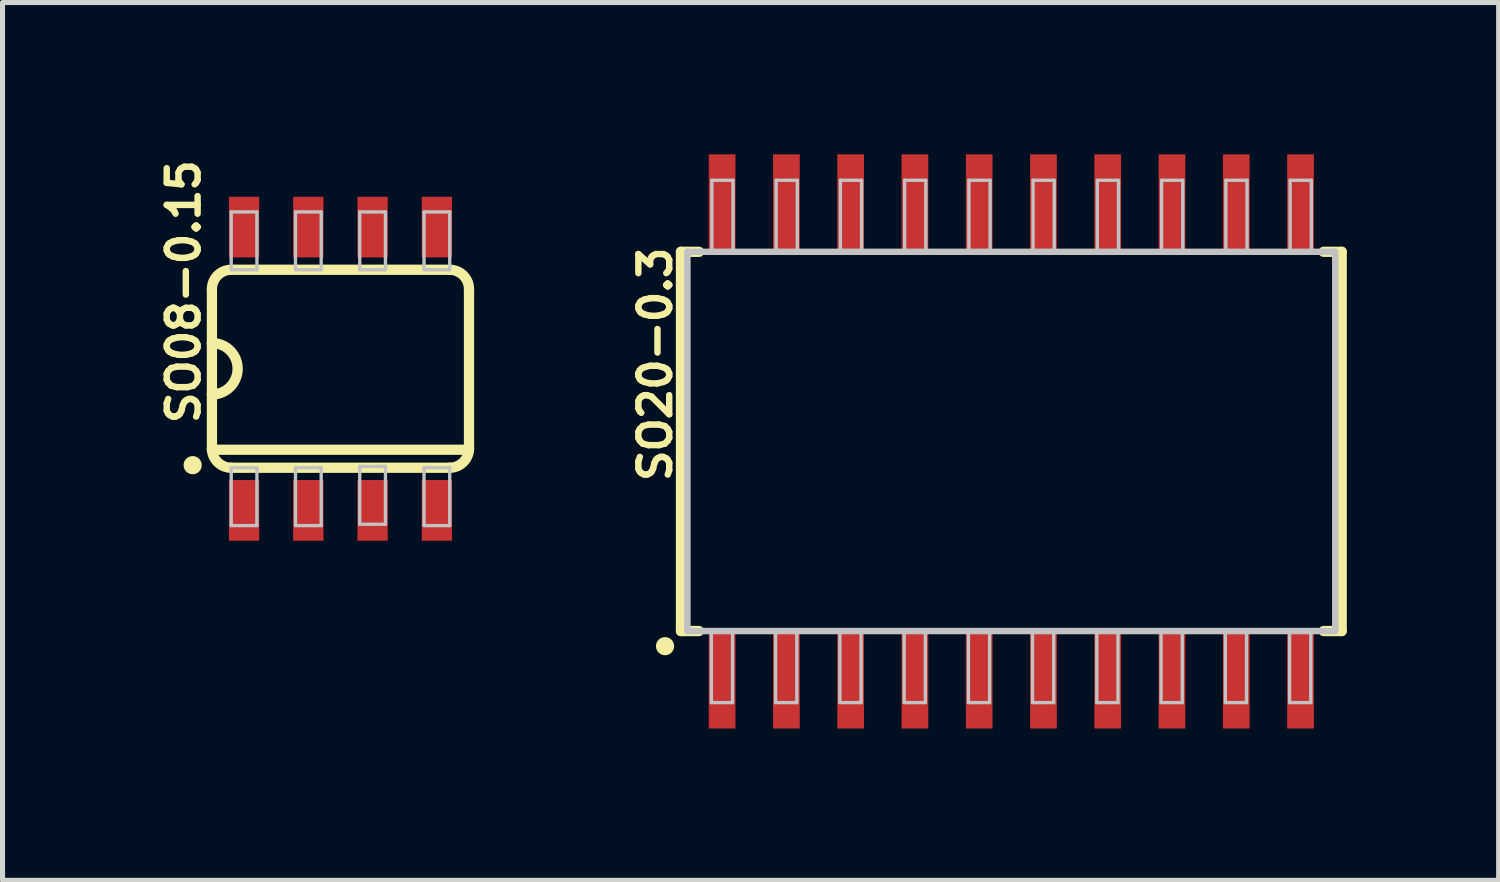
<source format=kicad_pcb>
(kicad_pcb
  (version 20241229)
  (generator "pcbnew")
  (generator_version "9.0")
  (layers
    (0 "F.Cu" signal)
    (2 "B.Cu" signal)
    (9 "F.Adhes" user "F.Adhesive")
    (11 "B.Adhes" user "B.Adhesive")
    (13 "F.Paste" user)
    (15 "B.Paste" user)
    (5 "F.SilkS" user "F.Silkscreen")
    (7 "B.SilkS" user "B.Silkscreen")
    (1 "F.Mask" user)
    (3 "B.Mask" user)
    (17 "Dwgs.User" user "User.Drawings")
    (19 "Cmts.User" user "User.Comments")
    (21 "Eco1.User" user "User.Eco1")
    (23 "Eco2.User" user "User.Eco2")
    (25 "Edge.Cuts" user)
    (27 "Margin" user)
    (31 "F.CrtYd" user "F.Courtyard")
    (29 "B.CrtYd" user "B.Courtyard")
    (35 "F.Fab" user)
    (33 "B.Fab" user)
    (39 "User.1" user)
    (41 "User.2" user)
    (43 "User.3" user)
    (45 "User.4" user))
  (footprint "SO20-0.3"
    (layer "F.Cu")
    (at 16.935 5.673)
    (property "Reference" "SO20-0.3" (at -7.036 -1.524 90) (layer "F.SilkS") (effects (font (size 0.61 0.61) (thickness 0.127))))
    (attr smd)
    (fp_line (start -6.528 -3.747) (end -6.528 3.747) (stroke (width 0.203) (type solid)) (layer "F.SilkS"))
    (fp_line (start -6.528 -3.747) (end -6.172 -3.747) (stroke (width 0.203) (type solid)) (layer "F.SilkS"))
    (fp_line (start -6.528 3.747) (end -6.172 3.747) (stroke (width 0.203) (type solid)) (layer "F.SilkS"))
    (fp_line (start 6.528 -3.747) (end 6.172 -3.747) (stroke (width 0.203) (type solid)) (layer "F.SilkS"))
    (fp_line (start 6.528 3.747) (end 6.172 3.747) (stroke (width 0.203) (type solid)) (layer "F.SilkS"))
    (fp_line (start 6.528 3.747) (end 6.528 -3.747) (stroke (width 0.203) (type solid)) (layer "F.SilkS"))
    (fp_circle (center -6.843 4.046) (end -6.97 4.173) (stroke (width 0) (type solid)) (fill yes) (layer "F.SilkS"))
    (fp_line (start -6.401 -3.747) (end -6.401 3.747) (stroke (width 0.127) (type solid)) (layer "Dwgs.User"))
    (fp_line (start -6.401 3.747) (end 6.401 3.747) (stroke (width 0.127) (type solid)) (layer "Dwgs.User"))
    (fp_line (start -5.928 3.747) (end -5.509 3.747) (stroke (width 0.066) (type solid)) (layer "Dwgs.User"))
    (fp_line (start -5.928 5.161) (end -5.928 3.747) (stroke (width 0.066) (type solid)) (layer "Dwgs.User"))
    (fp_line (start -5.928 5.161) (end -5.509 5.161) (stroke (width 0.066) (type solid)) (layer "Dwgs.User"))
    (fp_line (start -5.918 -5.161) (end -5.499 -5.161) (stroke (width 0.066) (type solid)) (layer "Dwgs.User"))
    (fp_line (start -5.918 -3.747) (end -5.918 -5.161) (stroke (width 0.066) (type solid)) (layer "Dwgs.User"))
    (fp_line (start -5.918 -3.747) (end -5.499 -3.747) (stroke (width 0.066) (type solid)) (layer "Dwgs.User"))
    (fp_line (start -5.509 5.161) (end -5.509 3.747) (stroke (width 0.066) (type solid)) (layer "Dwgs.User"))
    (fp_line (start -5.499 -3.747) (end -5.499 -5.161) (stroke (width 0.066) (type solid)) (layer "Dwgs.User"))
    (fp_line (start -4.658 3.747) (end -4.239 3.747) (stroke (width 0.066) (type solid)) (layer "Dwgs.User"))
    (fp_line (start -4.658 5.161) (end -4.658 3.747) (stroke (width 0.066) (type solid)) (layer "Dwgs.User"))
    (fp_line (start -4.658 5.161) (end -4.239 5.161) (stroke (width 0.066) (type solid)) (layer "Dwgs.User"))
    (fp_line (start -4.648 -5.161) (end -4.229 -5.161) (stroke (width 0.066) (type solid)) (layer "Dwgs.User"))
    (fp_line (start -4.648 -3.747) (end -4.648 -5.161) (stroke (width 0.066) (type solid)) (layer "Dwgs.User"))
    (fp_line (start -4.648 -3.747) (end -4.229 -3.747) (stroke (width 0.066) (type solid)) (layer "Dwgs.User"))
    (fp_line (start -4.239 5.161) (end -4.239 3.747) (stroke (width 0.066) (type solid)) (layer "Dwgs.User"))
    (fp_line (start -4.229 -3.747) (end -4.229 -5.161) (stroke (width 0.066) (type solid)) (layer "Dwgs.User"))
    (fp_line (start -3.388 3.747) (end -2.969 3.747) (stroke (width 0.066) (type solid)) (layer "Dwgs.User"))
    (fp_line (start -3.388 5.161) (end -3.388 3.747) (stroke (width 0.066) (type solid)) (layer "Dwgs.User"))
    (fp_line (start -3.388 5.161) (end -2.969 5.161) (stroke (width 0.066) (type solid)) (layer "Dwgs.User"))
    (fp_line (start -3.378 -5.161) (end -2.959 -5.161) (stroke (width 0.066) (type solid)) (layer "Dwgs.User"))
    (fp_line (start -3.378 -3.747) (end -3.378 -5.161) (stroke (width 0.066) (type solid)) (layer "Dwgs.User"))
    (fp_line (start -3.378 -3.747) (end -2.959 -3.747) (stroke (width 0.066) (type solid)) (layer "Dwgs.User"))
    (fp_line (start -2.969 5.161) (end -2.969 3.747) (stroke (width 0.066) (type solid)) (layer "Dwgs.User"))
    (fp_line (start -2.959 -3.747) (end -2.959 -5.161) (stroke (width 0.066) (type solid)) (layer "Dwgs.User"))
    (fp_line (start -2.118 3.747) (end -1.699 3.747) (stroke (width 0.066) (type solid)) (layer "Dwgs.User"))
    (fp_line (start -2.118 5.161) (end -2.118 3.747) (stroke (width 0.066) (type solid)) (layer "Dwgs.User"))
    (fp_line (start -2.118 5.161) (end -1.699 5.161) (stroke (width 0.066) (type solid)) (layer "Dwgs.User"))
    (fp_line (start -2.108 -5.161) (end -1.689 -5.161) (stroke (width 0.066) (type solid)) (layer "Dwgs.User"))
    (fp_line (start -2.108 -3.747) (end -2.108 -5.161) (stroke (width 0.066) (type solid)) (layer "Dwgs.User"))
    (fp_line (start -2.108 -3.747) (end -1.689 -3.747) (stroke (width 0.066) (type solid)) (layer "Dwgs.User"))
    (fp_line (start -1.699 5.161) (end -1.699 3.747) (stroke (width 0.066) (type solid)) (layer "Dwgs.User"))
    (fp_line (start -1.689 -3.747) (end -1.689 -5.161) (stroke (width 0.066) (type solid)) (layer "Dwgs.User"))
    (fp_line (start -0.848 3.747) (end -0.429 3.747) (stroke (width 0.066) (type solid)) (layer "Dwgs.User"))
    (fp_line (start -0.848 5.161) (end -0.848 3.747) (stroke (width 0.066) (type solid)) (layer "Dwgs.User"))
    (fp_line (start -0.848 5.161) (end -0.429 5.161) (stroke (width 0.066) (type solid)) (layer "Dwgs.User"))
    (fp_line (start -0.838 -5.161) (end -0.419 -5.161) (stroke (width 0.066) (type solid)) (layer "Dwgs.User"))
    (fp_line (start -0.838 -3.747) (end -0.838 -5.161) (stroke (width 0.066) (type solid)) (layer "Dwgs.User"))
    (fp_line (start -0.838 -3.747) (end -0.419 -3.747) (stroke (width 0.066) (type solid)) (layer "Dwgs.User"))
    (fp_line (start -0.429 5.161) (end -0.429 3.747) (stroke (width 0.066) (type solid)) (layer "Dwgs.User"))
    (fp_line (start -0.419 -3.747) (end -0.419 -5.161) (stroke (width 0.066) (type solid)) (layer "Dwgs.User"))
    (fp_line (start 0.419 3.747) (end 0.838 3.747) (stroke (width 0.066) (type solid)) (layer "Dwgs.User"))
    (fp_line (start 0.419 5.161) (end 0.419 3.747) (stroke (width 0.066) (type solid)) (layer "Dwgs.User"))
    (fp_line (start 0.419 5.161) (end 0.838 5.161) (stroke (width 0.066) (type solid)) (layer "Dwgs.User"))
    (fp_line (start 0.429 -5.161) (end 0.848 -5.161) (stroke (width 0.066) (type solid)) (layer "Dwgs.User"))
    (fp_line (start 0.429 -3.747) (end 0.429 -5.161) (stroke (width 0.066) (type solid)) (layer "Dwgs.User"))
    (fp_line (start 0.429 -3.747) (end 0.848 -3.747) (stroke (width 0.066) (type solid)) (layer "Dwgs.User"))
    (fp_line (start 0.838 5.161) (end 0.838 3.747) (stroke (width 0.066) (type solid)) (layer "Dwgs.User"))
    (fp_line (start 0.848 -3.747) (end 0.848 -5.161) (stroke (width 0.066) (type solid)) (layer "Dwgs.User"))
    (fp_line (start 1.689 3.747) (end 2.108 3.747) (stroke (width 0.066) (type solid)) (layer "Dwgs.User"))
    (fp_line (start 1.689 5.161) (end 1.689 3.747) (stroke (width 0.066) (type solid)) (layer "Dwgs.User"))
    (fp_line (start 1.689 5.161) (end 2.108 5.161) (stroke (width 0.066) (type solid)) (layer "Dwgs.User"))
    (fp_line (start 1.699 -5.161) (end 2.118 -5.161) (stroke (width 0.066) (type solid)) (layer "Dwgs.User"))
    (fp_line (start 1.699 -3.747) (end 1.699 -5.161) (stroke (width 0.066) (type solid)) (layer "Dwgs.User"))
    (fp_line (start 1.699 -3.747) (end 2.118 -3.747) (stroke (width 0.066) (type solid)) (layer "Dwgs.User"))
    (fp_line (start 2.108 5.161) (end 2.108 3.747) (stroke (width 0.066) (type solid)) (layer "Dwgs.User"))
    (fp_line (start 2.118 -3.747) (end 2.118 -5.161) (stroke (width 0.066) (type solid)) (layer "Dwgs.User"))
    (fp_line (start 2.959 3.747) (end 3.378 3.747) (stroke (width 0.066) (type solid)) (layer "Dwgs.User"))
    (fp_line (start 2.959 5.161) (end 2.959 3.747) (stroke (width 0.066) (type solid)) (layer "Dwgs.User"))
    (fp_line (start 2.959 5.161) (end 3.378 5.161) (stroke (width 0.066) (type solid)) (layer "Dwgs.User"))
    (fp_line (start 2.969 -5.161) (end 3.388 -5.161) (stroke (width 0.066) (type solid)) (layer "Dwgs.User"))
    (fp_line (start 2.969 -3.747) (end 2.969 -5.161) (stroke (width 0.066) (type solid)) (layer "Dwgs.User"))
    (fp_line (start 2.969 -3.747) (end 3.388 -3.747) (stroke (width 0.066) (type solid)) (layer "Dwgs.User"))
    (fp_line (start 3.378 5.161) (end 3.378 3.747) (stroke (width 0.066) (type solid)) (layer "Dwgs.User"))
    (fp_line (start 3.388 -3.747) (end 3.388 -5.161) (stroke (width 0.066) (type solid)) (layer "Dwgs.User"))
    (fp_line (start 4.229 3.747) (end 4.648 3.747) (stroke (width 0.066) (type solid)) (layer "Dwgs.User"))
    (fp_line (start 4.229 5.161) (end 4.229 3.747) (stroke (width 0.066) (type solid)) (layer "Dwgs.User"))
    (fp_line (start 4.229 5.161) (end 4.648 5.161) (stroke (width 0.066) (type solid)) (layer "Dwgs.User"))
    (fp_line (start 4.239 -5.161) (end 4.658 -5.161) (stroke (width 0.066) (type solid)) (layer "Dwgs.User"))
    (fp_line (start 4.239 -3.747) (end 4.239 -5.161) (stroke (width 0.066) (type solid)) (layer "Dwgs.User"))
    (fp_line (start 4.239 -3.747) (end 4.658 -3.747) (stroke (width 0.066) (type solid)) (layer "Dwgs.User"))
    (fp_line (start 4.648 5.161) (end 4.648 3.747) (stroke (width 0.066) (type solid)) (layer "Dwgs.User"))
    (fp_line (start 4.658 -3.747) (end 4.658 -5.161) (stroke (width 0.066) (type solid)) (layer "Dwgs.User"))
    (fp_line (start 5.499 3.747) (end 5.918 3.747) (stroke (width 0.066) (type solid)) (layer "Dwgs.User"))
    (fp_line (start 5.499 5.161) (end 5.499 3.747) (stroke (width 0.066) (type solid)) (layer "Dwgs.User"))
    (fp_line (start 5.499 5.161) (end 5.918 5.161) (stroke (width 0.066) (type solid)) (layer "Dwgs.User"))
    (fp_line (start 5.509 -5.161) (end 5.928 -5.161) (stroke (width 0.066) (type solid)) (layer "Dwgs.User"))
    (fp_line (start 5.509 -3.747) (end 5.509 -5.161) (stroke (width 0.066) (type solid)) (layer "Dwgs.User"))
    (fp_line (start 5.509 -3.747) (end 5.928 -3.747) (stroke (width 0.066) (type solid)) (layer "Dwgs.User"))
    (fp_line (start 5.918 5.161) (end 5.918 3.747) (stroke (width 0.066) (type solid)) (layer "Dwgs.User"))
    (fp_line (start 5.928 -3.747) (end 5.928 -5.161) (stroke (width 0.066) (type solid)) (layer "Dwgs.User"))
    (fp_line (start 6.401 -3.747) (end -6.401 -3.747) (stroke (width 0.127) (type solid)) (layer "Dwgs.User"))
    (fp_line (start 6.401 3.747) (end 6.401 -3.747) (stroke (width 0.127) (type solid)) (layer "Dwgs.User"))
    (pad "1" smd rect (at -5.715 4.684 180) (size 0.528 1.979) (layers "F.Cu" "F.Mask" "F.Paste"))
    (pad "2" smd rect (at -4.445 4.684 180) (size 0.528 1.979) (layers "F.Cu" "F.Mask" "F.Paste"))
    (pad "3" smd rect (at -3.175 4.684 180) (size 0.528 1.979) (layers "F.Cu" "F.Mask" "F.Paste"))
    (pad "4" smd rect (at -1.905 4.684 180) (size 0.528 1.979) (layers "F.Cu" "F.Mask" "F.Paste"))
    (pad "5" smd rect (at -0.635 4.684 180) (size 0.528 1.979) (layers "F.Cu" "F.Mask" "F.Paste"))
    (pad "6" smd rect (at 0.635 4.684 180) (size 0.528 1.979) (layers "F.Cu" "F.Mask" "F.Paste"))
    (pad "7" smd rect (at 1.905 4.684 180) (size 0.528 1.979) (layers "F.Cu" "F.Mask" "F.Paste"))
    (pad "8" smd rect (at 3.175 4.684 180) (size 0.528 1.979) (layers "F.Cu" "F.Mask" "F.Paste"))
    (pad "9" smd rect (at 4.445 4.684 180) (size 0.528 1.979) (layers "F.Cu" "F.Mask" "F.Paste"))
    (pad "10" smd rect (at 5.715 4.684 180) (size 0.528 1.979) (layers "F.Cu" "F.Mask" "F.Paste"))
    (pad "11" smd rect (at 5.715 -4.684 180) (size 0.528 1.979) (layers "F.Cu" "F.Mask" "F.Paste"))
    (pad "12" smd rect (at 4.445 -4.684 180) (size 0.528 1.979) (layers "F.Cu" "F.Mask" "F.Paste"))
    (pad "13" smd rect (at 3.175 -4.684 180) (size 0.528 1.979) (layers "F.Cu" "F.Mask" "F.Paste"))
    (pad "14" smd rect (at 1.905 -4.684 180) (size 0.528 1.979) (layers "F.Cu" "F.Mask" "F.Paste"))
    (pad "15" smd rect (at 0.635 -4.684 180) (size 0.528 1.979) (layers "F.Cu" "F.Mask" "F.Paste"))
    (pad "16" smd rect (at -0.635 -4.684 180) (size 0.528 1.979) (layers "F.Cu" "F.Mask" "F.Paste"))
    (pad "17" smd rect (at -1.905 -4.684 180) (size 0.528 1.979) (layers "F.Cu" "F.Mask" "F.Paste"))
    (pad "18" smd rect (at -3.175 -4.684 180) (size 0.528 1.979) (layers "F.Cu" "F.Mask" "F.Paste"))
    (pad "19" smd rect (at -4.445 -4.684 180) (size 0.528 1.979) (layers "F.Cu" "F.Mask" "F.Paste"))
    (pad "20" smd rect (at -5.715 -4.684 180) (size 0.528 1.979) (layers "F.Cu" "F.Mask" "F.Paste")))
  (footprint "SO08-0.15"
    (layer "F.Cu")
    (at 3.678 4.237)
    (property "Reference" "SO08-0.15" (at -3.099 -1.524 90) (layer "F.SilkS") (effects (font (size 0.61 0.61) (thickness 0.127))))
    (attr smd)
    (fp_line (start -2.54 -1.575) (end -2.54 -0.508) (stroke (width 0.203) (type solid)) (layer "F.SilkS"))
    (fp_line (start -2.54 -0.508) (end -2.54 0.508) (stroke (width 0.203) (type solid)) (layer "F.SilkS"))
    (fp_line (start -2.54 0.508) (end -2.54 1.575) (stroke (width 0.203) (type solid)) (layer "F.SilkS"))
    (fp_line (start -2.54 1.6) (end 2.54 1.6) (stroke (width 0.203) (type solid)) (layer "F.SilkS"))
    (fp_line (start -2.159 1.956) (end 2.159 1.956) (stroke (width 0.203) (type solid)) (layer "F.SilkS"))
    (fp_line (start 2.159 -1.956) (end -2.159 -1.956) (stroke (width 0.203) (type solid)) (layer "F.SilkS"))
    (fp_line (start 2.54 1.575) (end 2.54 -1.575) (stroke (width 0.203) (type solid)) (layer "F.SilkS"))
    (fp_arc (start -2.54 -1.5748) (mid -2.428408 -1.844208) (end -2.159 -1.9558) (stroke (width 0.2032) (type solid)) (layer "F.SilkS"))
    (fp_arc (start -2.54 -0.508) (mid -2.032 0) (end -2.54 0.508) (stroke (width 0.2032) (type solid)) (layer "F.SilkS"))
    (fp_arc (start -2.159 1.9558) (mid -2.428408 1.844208) (end -2.54 1.5748) (stroke (width 0.2032) (type solid)) (layer "F.SilkS"))
    (fp_arc (start 2.159 -1.9558) (mid 2.428408 -1.844208) (end 2.54 -1.5748) (stroke (width 0.2032) (type solid)) (layer "F.SilkS"))
    (fp_arc (start 2.54 1.5748) (mid 2.428408 1.844208) (end 2.159 1.9558) (stroke (width 0.2032) (type solid)) (layer "F.SilkS"))
    (fp_circle (center -2.921 1.905) (end -3.048 2.032) (stroke (width 0) (type solid)) (fill yes) (layer "F.SilkS"))
    (fp_line (start -2.159 -3.099) (end -1.651 -3.099) (stroke (width 0.066) (type solid)) (layer "Dwgs.User"))
    (fp_line (start -2.159 -1.956) (end -2.159 -3.099) (stroke (width 0.066) (type solid)) (layer "Dwgs.User"))
    (fp_line (start -2.159 -1.956) (end -1.651 -1.956) (stroke (width 0.066) (type solid)) (layer "Dwgs.User"))
    (fp_line (start -2.159 1.956) (end -1.651 1.956) (stroke (width 0.066) (type solid)) (layer "Dwgs.User"))
    (fp_line (start -2.159 3.099) (end -2.159 1.956) (stroke (width 0.066) (type solid)) (layer "Dwgs.User"))
    (fp_line (start -2.159 3.099) (end -1.651 3.099) (stroke (width 0.066) (type solid)) (layer "Dwgs.User"))
    (fp_line (start -1.651 -1.956) (end -1.651 -3.099) (stroke (width 0.066) (type solid)) (layer "Dwgs.User"))
    (fp_line (start -1.651 3.099) (end -1.651 1.956) (stroke (width 0.066) (type solid)) (layer "Dwgs.User"))
    (fp_line (start -0.889 -3.099) (end -0.381 -3.099) (stroke (width 0.066) (type solid)) (layer "Dwgs.User"))
    (fp_line (start -0.889 -1.956) (end -0.889 -3.099) (stroke (width 0.066) (type solid)) (layer "Dwgs.User"))
    (fp_line (start -0.889 -1.956) (end -0.381 -1.956) (stroke (width 0.066) (type solid)) (layer "Dwgs.User"))
    (fp_line (start -0.889 1.956) (end -0.381 1.956) (stroke (width 0.066) (type solid)) (layer "Dwgs.User"))
    (fp_line (start -0.889 3.099) (end -0.889 1.956) (stroke (width 0.066) (type solid)) (layer "Dwgs.User"))
    (fp_line (start -0.889 3.099) (end -0.381 3.099) (stroke (width 0.066) (type solid)) (layer "Dwgs.User"))
    (fp_line (start -0.381 -1.956) (end -0.381 -3.099) (stroke (width 0.066) (type solid)) (layer "Dwgs.User"))
    (fp_line (start -0.381 3.099) (end -0.381 1.956) (stroke (width 0.066) (type solid)) (layer "Dwgs.User"))
    (fp_line (start 0.381 -3.099) (end 0.889 -3.099) (stroke (width 0.066) (type solid)) (layer "Dwgs.User"))
    (fp_line (start 0.381 -1.956) (end 0.381 -3.099) (stroke (width 0.066) (type solid)) (layer "Dwgs.User"))
    (fp_line (start 0.381 -1.956) (end 0.889 -1.956) (stroke (width 0.066) (type solid)) (layer "Dwgs.User"))
    (fp_line (start 0.381 1.93) (end 0.889 1.93) (stroke (width 0.066) (type solid)) (layer "Dwgs.User"))
    (fp_line (start 0.381 3.073) (end 0.381 1.93) (stroke (width 0.066) (type solid)) (layer "Dwgs.User"))
    (fp_line (start 0.381 3.073) (end 0.889 3.073) (stroke (width 0.066) (type solid)) (layer "Dwgs.User"))
    (fp_line (start 0.889 -1.956) (end 0.889 -3.099) (stroke (width 0.066) (type solid)) (layer "Dwgs.User"))
    (fp_line (start 0.889 3.073) (end 0.889 1.93) (stroke (width 0.066) (type solid)) (layer "Dwgs.User"))
    (fp_line (start 1.651 -3.099) (end 2.159 -3.099) (stroke (width 0.066) (type solid)) (layer "Dwgs.User"))
    (fp_line (start 1.651 -1.956) (end 1.651 -3.099) (stroke (width 0.066) (type solid)) (layer "Dwgs.User"))
    (fp_line (start 1.651 -1.956) (end 2.159 -1.956) (stroke (width 0.066) (type solid)) (layer "Dwgs.User"))
    (fp_line (start 1.651 1.956) (end 2.159 1.956) (stroke (width 0.066) (type solid)) (layer "Dwgs.User"))
    (fp_line (start 1.651 3.099) (end 1.651 1.956) (stroke (width 0.066) (type solid)) (layer "Dwgs.User"))
    (fp_line (start 1.651 3.099) (end 2.159 3.099) (stroke (width 0.066) (type solid)) (layer "Dwgs.User"))
    (fp_line (start 2.159 -1.956) (end 2.159 -3.099) (stroke (width 0.066) (type solid)) (layer "Dwgs.User"))
    (fp_line (start 2.159 3.099) (end 2.159 1.956) (stroke (width 0.066) (type solid)) (layer "Dwgs.User"))
    (pad "1" smd rect (at -1.905 2.799) (size 0.599 1.199) (layers "F.Cu" "F.Mask" "F.Paste"))
    (pad "2" smd rect (at -0.635 2.799) (size 0.599 1.199) (layers "F.Cu" "F.Mask" "F.Paste"))
    (pad "3" smd rect (at 0.635 2.799) (size 0.599 1.199) (layers "F.Cu" "F.Mask" "F.Paste"))
    (pad "4" smd rect (at 1.905 2.799) (size 0.599 1.199) (layers "F.Cu" "F.Mask" "F.Paste"))
    (pad "5" smd rect (at 1.905 -2.799) (size 0.599 1.199) (layers "F.Cu" "F.Mask" "F.Paste"))
    (pad "6" smd rect (at 0.635 -2.799) (size 0.599 1.199) (layers "F.Cu" "F.Mask" "F.Paste"))
    (pad "7" smd rect (at -0.635 -2.799) (size 0.599 1.199) (layers "F.Cu" "F.Mask" "F.Paste"))
    (pad "8" smd rect (at -1.905 -2.799) (size 0.599 1.199) (layers "F.Cu" "F.Mask" "F.Paste")))
  (gr_rect
    (start -3 -3)
    (end 26.565 14.346)
    (stroke (width 0.1) (type default))
    (fill no)
    (layer "Edge.Cuts")))
</source>
